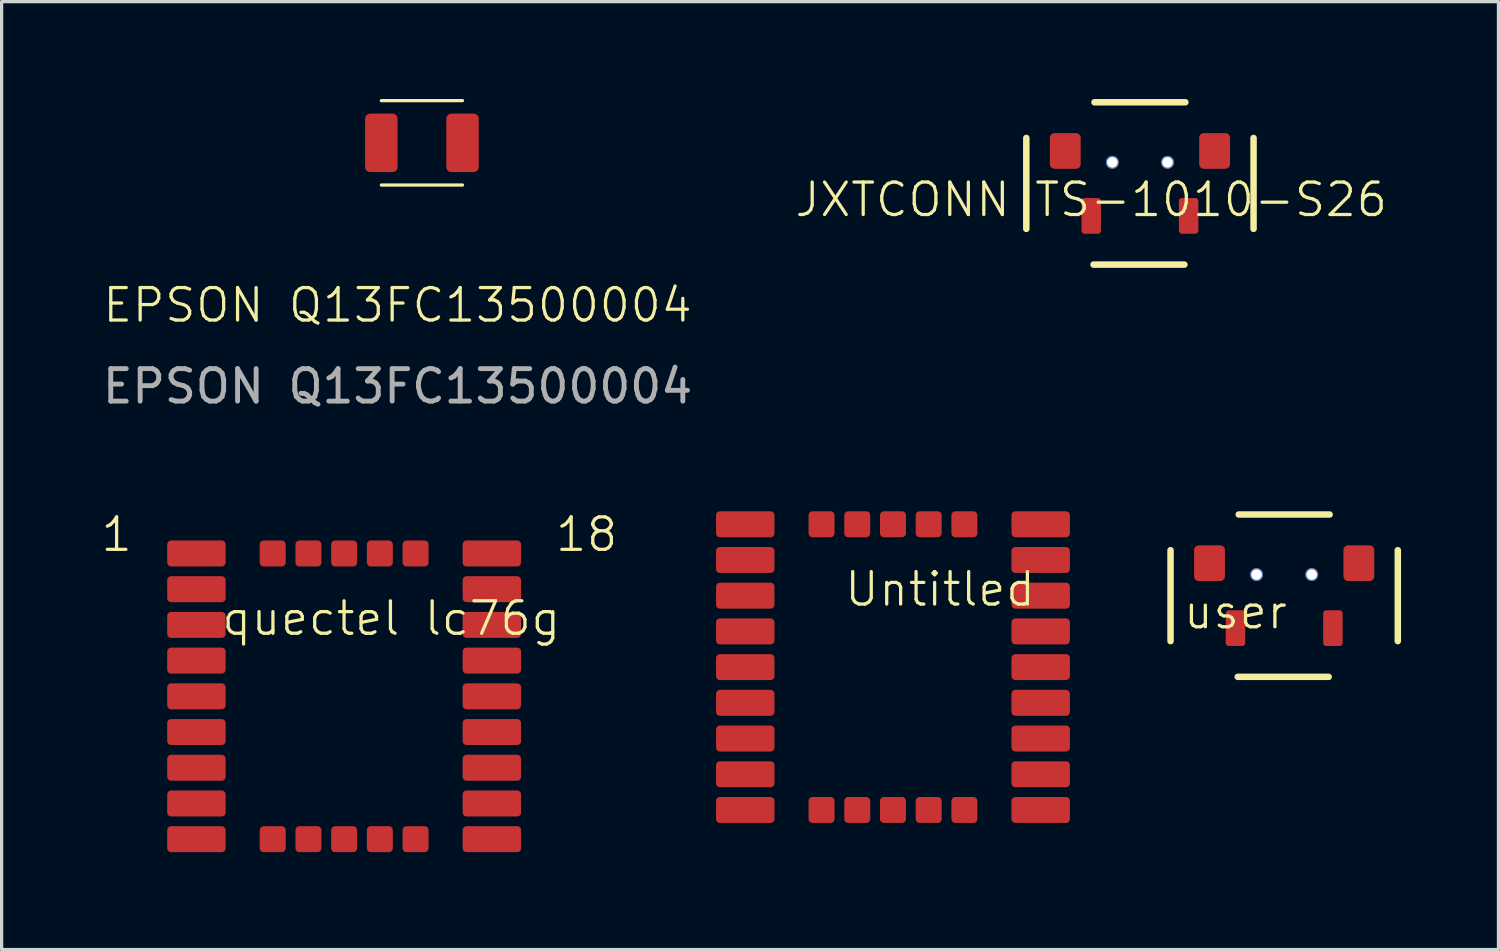
<source format=kicad_pcb>
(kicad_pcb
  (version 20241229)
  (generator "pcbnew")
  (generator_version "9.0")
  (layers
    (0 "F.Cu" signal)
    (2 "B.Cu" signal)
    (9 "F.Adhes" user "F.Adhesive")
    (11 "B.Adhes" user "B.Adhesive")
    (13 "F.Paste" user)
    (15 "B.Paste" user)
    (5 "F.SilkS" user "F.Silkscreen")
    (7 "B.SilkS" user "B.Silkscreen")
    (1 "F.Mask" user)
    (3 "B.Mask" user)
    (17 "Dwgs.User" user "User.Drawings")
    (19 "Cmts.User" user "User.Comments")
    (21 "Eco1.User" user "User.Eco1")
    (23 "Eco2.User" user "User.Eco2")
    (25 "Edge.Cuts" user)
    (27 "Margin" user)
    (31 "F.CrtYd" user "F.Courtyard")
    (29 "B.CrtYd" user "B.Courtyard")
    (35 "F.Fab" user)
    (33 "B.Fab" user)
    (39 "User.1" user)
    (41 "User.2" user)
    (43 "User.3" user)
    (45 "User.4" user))
  (footprint "user"
    (layer "F.Cu")
    (at 35.005 16.298)
    (property "Reference" "user" (at 0 -0.5 0) (unlocked yes) (layer "F.SilkS") (effects (font (size 1 1) (thickness 0.1))))
    (attr smd)
    (fp_line (start -2 0.4) (end -2 -2.4) (stroke (width 0.2) (type solid)) (layer "F.SilkS"))
    (fp_line (start 2.87 1.5) (end 0.07 1.5) (stroke (width 0.2) (type solid)) (layer "F.SilkS"))
    (fp_line (start 2.9 -3.5) (end 0.1 -3.5) (stroke (width 0.2) (type solid)) (layer "F.SilkS"))
    (fp_line (start 5 0.4) (end 5 -2.4) (stroke (width 0.2) (type solid)) (layer "F.SilkS"))
    (pad "1" smd roundrect (at -0.8 -2) (size 0.95 1.1) (layers "F.Cu" "F.Mask" "F.Paste") (roundrect_rratio 0.15))
    (pad "1" smd roundrect (at 0 0 90) (size 1.1 0.6) (layers "F.Cu" "F.Mask" "F.Paste") (roundrect_rratio 0.15))
    (pad "2" smd roundrect (at 3 0 90) (size 1.1 0.6) (layers "F.Cu" "F.Mask" "F.Paste") (roundrect_rratio 0.15))
    (pad "2" smd roundrect (at 3.8 -2) (size 0.95 1.1) (layers "F.Cu" "F.Mask" "F.Paste") (roundrect_rratio 0.15))
    (pad "x" thru_hole circle (at 0.65 -1.65) (size 0.4 0.4) (drill 0.325) (layers "*.Cu" "*.Mask"))
    (pad "x" thru_hole circle (at 2.35 -1.65) (size 0.4 0.4) (drill 0.325) (layers "*.Cu" "*.Mask")))
  (footprint "JXTCONN TS-1010-S26"
    (layer "F.Cu")
    (at 30.562 3.6)
    (property "Reference" "JXTCONN TS-1010-S26" (at 0 -0.5 0) (unlocked yes) (layer "F.SilkS") (effects (font (size 1 1) (thickness 0.1))))
    (attr smd)
    (fp_line (start -2 0.4) (end -2 -2.4) (stroke (width 0.2) (type solid)) (layer "F.SilkS"))
    (fp_line (start 2.87 1.5) (end 0.07 1.5) (stroke (width 0.2) (type solid)) (layer "F.SilkS"))
    (fp_line (start 2.9 -3.5) (end 0.1 -3.5) (stroke (width 0.2) (type solid)) (layer "F.SilkS"))
    (fp_line (start 5 0.4) (end 5 -2.4) (stroke (width 0.2) (type solid)) (layer "F.SilkS"))
    (pad "1" smd roundrect (at -0.8 -2) (size 0.95 1.1) (layers "F.Cu" "F.Mask" "F.Paste") (roundrect_rratio 0.15))
    (pad "1" smd roundrect (at 0 0 90) (size 1.1 0.6) (layers "F.Cu" "F.Mask" "F.Paste") (roundrect_rratio 0.15))
    (pad "2" smd roundrect (at 3 0 90) (size 1.1 0.6) (layers "F.Cu" "F.Mask" "F.Paste") (roundrect_rratio 0.15))
    (pad "2" smd roundrect (at 3.8 -2) (size 0.95 1.1) (layers "F.Cu" "F.Mask" "F.Paste") (roundrect_rratio 0.15))
    (pad "x" thru_hole circle (at 0.65 -1.65) (size 0.4 0.4) (drill 0.325) (layers "*.Cu" "*.Mask"))
    (pad "x" thru_hole circle (at 2.35 -1.65) (size 0.4 0.4) (drill 0.325) (layers "*.Cu" "*.Mask")))
  (footprint "EPSON Q13FC13500004"
    (layer "F.Cu")
    (at 8.696 0.35)
    (property "Reference" "EPSON Q13FC13500004" (at 0.5 6 0) (unlocked yes) (layer "F.SilkS") (effects (font (size 1 1) (thickness 0.1))))
    (attr smd)
    (fp_line (start 0 -0.3) (end 2.5 -0.3) (stroke (width 0.1) (type solid)) (layer "F.SilkS"))
    (fp_line (start 0 2.3) (end 2.5 2.3) (stroke (width 0.1) (type solid)) (layer "F.SilkS"))
    (fp_text user "${REFERENCE}" (at 0.5 8.5 0) (unlocked yes) (layer "F.Fab") (effects (font (size 1 1) (thickness 0.15))))
    (pad "1" smd roundrect (at 0 1) (size 1 1.8) (layers "F.Cu" "F.Mask" "F.Paste") (roundrect_rratio 0.15))
    (pad "2" smd roundrect (at 2.5 1) (size 1 1.8) (layers "F.Cu" "F.Mask" "F.Paste") (roundrect_rratio 0.15)))
  (footprint "Untitled"
    (layer "F.Cu")
    (at 25.905 15.598)
    (property "Reference" "Untitled" (at 0 -0.5 0) (unlocked yes) (layer "F.SilkS") (effects (font (size 1 1) (thickness 0.1))))
    (attr smd)
    (pad "1" smd roundrect (at -6 -2.5) (size 1.8 0.8) (layers "F.Cu" "F.Mask" "F.Paste") (roundrect_rratio 0.15))
    (pad "2" smd roundrect (at -6 -1.4) (size 1.8 0.8) (layers "F.Cu" "F.Mask" "F.Paste") (roundrect_rratio 0.15))
    (pad "3" smd roundrect (at -6 -0.3) (size 1.8 0.8) (layers "F.Cu" "F.Mask" "F.Paste") (roundrect_rratio 0.15))
    (pad "4" smd roundrect (at -6 0.8) (size 1.8 0.8) (layers "F.Cu" "F.Mask" "F.Paste") (roundrect_rratio 0.15))
    (pad "5" smd roundrect (at -6 1.9) (size 1.8 0.8) (layers "F.Cu" "F.Mask" "F.Paste") (roundrect_rratio 0.15))
    (pad "6" smd roundrect (at -6 3) (size 1.8 0.8) (layers "F.Cu" "F.Mask" "F.Paste") (roundrect_rratio 0.15))
    (pad "7" smd roundrect (at -6 4.1) (size 1.8 0.8) (layers "F.Cu" "F.Mask" "F.Paste") (roundrect_rratio 0.15))
    (pad "8" smd roundrect (at -6 5.2) (size 1.8 0.8) (layers "F.Cu" "F.Mask" "F.Paste") (roundrect_rratio 0.15))
    (pad "9" smd roundrect (at -6 6.3) (size 1.8 0.8) (layers "F.Cu" "F.Mask" "F.Paste") (roundrect_rratio 0.15))
    (pad "10" smd roundrect (at 3.1 6.3 180) (size 1.8 0.8) (layers "F.Cu" "F.Mask" "F.Paste") (roundrect_rratio 0.15))
    (pad "11" smd roundrect (at 3.1 5.2 180) (size 1.8 0.8) (layers "F.Cu" "F.Mask" "F.Paste") (roundrect_rratio 0.15))
    (pad "12" smd roundrect (at 3.1 4.1 180) (size 1.8 0.8) (layers "F.Cu" "F.Mask" "F.Paste") (roundrect_rratio 0.15))
    (pad "13" smd roundrect (at 3.1 3 180) (size 1.8 0.8) (layers "F.Cu" "F.Mask" "F.Paste") (roundrect_rratio 0.15))
    (pad "14" smd roundrect (at 3.1 1.9 180) (size 1.8 0.8) (layers "F.Cu" "F.Mask" "F.Paste") (roundrect_rratio 0.15))
    (pad "15" smd roundrect (at 3.1 0.8 180) (size 1.8 0.8) (layers "F.Cu" "F.Mask" "F.Paste") (roundrect_rratio 0.15))
    (pad "16" smd roundrect (at 3.1 -0.3 180) (size 1.8 0.8) (layers "F.Cu" "F.Mask" "F.Paste") (roundrect_rratio 0.15))
    (pad "17" smd roundrect (at 3.1 -1.4 180) (size 1.8 0.8) (layers "F.Cu" "F.Mask" "F.Paste") (roundrect_rratio 0.15))
    (pad "18" smd roundrect (at 3.1 -2.5 180) (size 1.8 0.8) (layers "F.Cu" "F.Mask" "F.Paste") (roundrect_rratio 0.15))
    (pad "19" smd roundrect (at 0.75 -2.5 90) (size 0.8 0.8) (layers "F.Cu" "F.Mask" "F.Paste") (roundrect_rratio 0.15))
    (pad "20" smd roundrect (at -0.35 -2.5 90) (size 0.8 0.8) (layers "F.Cu" "F.Mask" "F.Paste") (roundrect_rratio 0.15))
    (pad "21" smd roundrect (at -1.45 -2.5 90) (size 0.8 0.8) (layers "F.Cu" "F.Mask" "F.Paste") (roundrect_rratio 0.15))
    (pad "22" smd roundrect (at -2.55 -2.5 90) (size 0.8 0.8) (layers "F.Cu" "F.Mask" "F.Paste") (roundrect_rratio 0.15))
    (pad "23" smd roundrect (at -3.65 -2.5 90) (size 0.8 0.8) (layers "F.Cu" "F.Mask" "F.Paste") (roundrect_rratio 0.15))
    (pad "24" smd roundrect (at -3.65 6.3 270) (size 0.8 0.8) (layers "F.Cu" "F.Mask" "F.Paste") (roundrect_rratio 0.15))
    (pad "25" smd roundrect (at -2.55 6.3 270) (size 0.8 0.8) (layers "F.Cu" "F.Mask" "F.Paste") (roundrect_rratio 0.15))
    (pad "26" smd roundrect (at -1.45 6.3 270) (size 0.8 0.8) (layers "F.Cu" "F.Mask" "F.Paste") (roundrect_rratio 0.15))
    (pad "27" smd roundrect (at -0.35 6.3 270) (size 0.8 0.8) (layers "F.Cu" "F.Mask" "F.Paste") (roundrect_rratio 0.15))
    (pad "28" smd roundrect (at 0.75 6.3 270) (size 0.8 0.8) (layers "F.Cu" "F.Mask" "F.Paste") (roundrect_rratio 0.15)))
  (footprint "quectel lc76g"
    (layer "F.Cu")
    (at 9 16.498)
    (property "Reference" "quectel lc76g" (at 0 -0.5 0) (unlocked yes) (layer "F.SilkS") (effects (font (size 1 1) (thickness 0.1))))
    (attr smd)
    (fp_text user "1" (at -9 -2.5 0) (unlocked yes) (layer "F.SilkS") (effects (font (size 1 1) (thickness 0.1)) (justify left bottom)))
    (fp_text user "18" (at 5 -2.5 0) (unlocked yes) (layer "F.SilkS") (effects (font (size 1 1) (thickness 0.1)) (justify left bottom)))
    (pad "1" smd roundrect (at -6 -2.5) (size 1.8 0.8) (layers "F.Cu" "F.Mask" "F.Paste") (roundrect_rratio 0.15))
    (pad "2" smd roundrect (at -6 -1.4) (size 1.8 0.8) (layers "F.Cu" "F.Mask" "F.Paste") (roundrect_rratio 0.15))
    (pad "3" smd roundrect (at -6 -0.3) (size 1.8 0.8) (layers "F.Cu" "F.Mask" "F.Paste") (roundrect_rratio 0.15))
    (pad "4" smd roundrect (at -6 0.8) (size 1.8 0.8) (layers "F.Cu" "F.Mask" "F.Paste") (roundrect_rratio 0.15))
    (pad "5" smd roundrect (at -6 1.9) (size 1.8 0.8) (layers "F.Cu" "F.Mask" "F.Paste") (roundrect_rratio 0.15))
    (pad "6" smd roundrect (at -6 3) (size 1.8 0.8) (layers "F.Cu" "F.Mask" "F.Paste") (roundrect_rratio 0.15))
    (pad "7" smd roundrect (at -6 4.1) (size 1.8 0.8) (layers "F.Cu" "F.Mask" "F.Paste") (roundrect_rratio 0.15))
    (pad "8" smd roundrect (at -6 5.2) (size 1.8 0.8) (layers "F.Cu" "F.Mask" "F.Paste") (roundrect_rratio 0.15))
    (pad "9" smd roundrect (at -6 6.3) (size 1.8 0.8) (layers "F.Cu" "F.Mask" "F.Paste") (roundrect_rratio 0.15))
    (pad "10" smd roundrect (at 3.1 6.3 180) (size 1.8 0.8) (layers "F.Cu" "F.Mask" "F.Paste") (roundrect_rratio 0.15))
    (pad "11" smd roundrect (at 3.1 5.2 180) (size 1.8 0.8) (layers "F.Cu" "F.Mask" "F.Paste") (roundrect_rratio 0.15))
    (pad "12" smd roundrect (at 3.1 4.1 180) (size 1.8 0.8) (layers "F.Cu" "F.Mask" "F.Paste") (roundrect_rratio 0.15))
    (pad "13" smd roundrect (at 3.1 3 180) (size 1.8 0.8) (layers "F.Cu" "F.Mask" "F.Paste") (roundrect_rratio 0.15))
    (pad "14" smd roundrect (at 3.1 1.9 180) (size 1.8 0.8) (layers "F.Cu" "F.Mask" "F.Paste") (roundrect_rratio 0.15))
    (pad "15" smd roundrect (at 3.1 0.8 180) (size 1.8 0.8) (layers "F.Cu" "F.Mask" "F.Paste") (roundrect_rratio 0.15))
    (pad "16" smd roundrect (at 3.1 -0.3 180) (size 1.8 0.8) (layers "F.Cu" "F.Mask" "F.Paste") (roundrect_rratio 0.15))
    (pad "17" smd roundrect (at 3.1 -1.4 180) (size 1.8 0.8) (layers "F.Cu" "F.Mask" "F.Paste") (roundrect_rratio 0.15))
    (pad "18" smd roundrect (at 3.1 -2.5 180) (size 1.8 0.8) (layers "F.Cu" "F.Mask" "F.Paste") (roundrect_rratio 0.15))
    (pad "19" smd roundrect (at 0.75 -2.5 90) (size 0.8 0.8) (layers "F.Cu" "F.Mask" "F.Paste") (roundrect_rratio 0.15))
    (pad "20" smd roundrect (at -0.35 -2.5 90) (size 0.8 0.8) (layers "F.Cu" "F.Mask" "F.Paste") (roundrect_rratio 0.15))
    (pad "21" smd roundrect (at -1.45 -2.5 90) (size 0.8 0.8) (layers "F.Cu" "F.Mask" "F.Paste") (roundrect_rratio 0.15))
    (pad "22" smd roundrect (at -2.55 -2.5 90) (size 0.8 0.8) (layers "F.Cu" "F.Mask" "F.Paste") (roundrect_rratio 0.15))
    (pad "23" smd roundrect (at -3.65 -2.5 90) (size 0.8 0.8) (layers "F.Cu" "F.Mask" "F.Paste") (roundrect_rratio 0.15))
    (pad "24" smd roundrect (at -3.65 6.3 270) (size 0.8 0.8) (layers "F.Cu" "F.Mask" "F.Paste") (roundrect_rratio 0.15))
    (pad "25" smd roundrect (at -2.55 6.3 270) (size 0.8 0.8) (layers "F.Cu" "F.Mask" "F.Paste") (roundrect_rratio 0.15))
    (pad "26" smd roundrect (at -1.45 6.3 270) (size 0.8 0.8) (layers "F.Cu" "F.Mask" "F.Paste") (roundrect_rratio 0.15))
    (pad "27" smd roundrect (at -0.35 6.3 270) (size 0.8 0.8) (layers "F.Cu" "F.Mask" "F.Paste") (roundrect_rratio 0.15))
    (pad "28" smd roundrect (at 0.75 6.3 270) (size 0.8 0.8) (layers "F.Cu" "F.Mask" "F.Paste") (roundrect_rratio 0.15)))
  (gr_rect
    (start -3 -3)
    (end 43.105 26.198)
    (stroke (width 0.1) (type default))
    (fill no)
    (layer "Edge.Cuts")))
</source>
